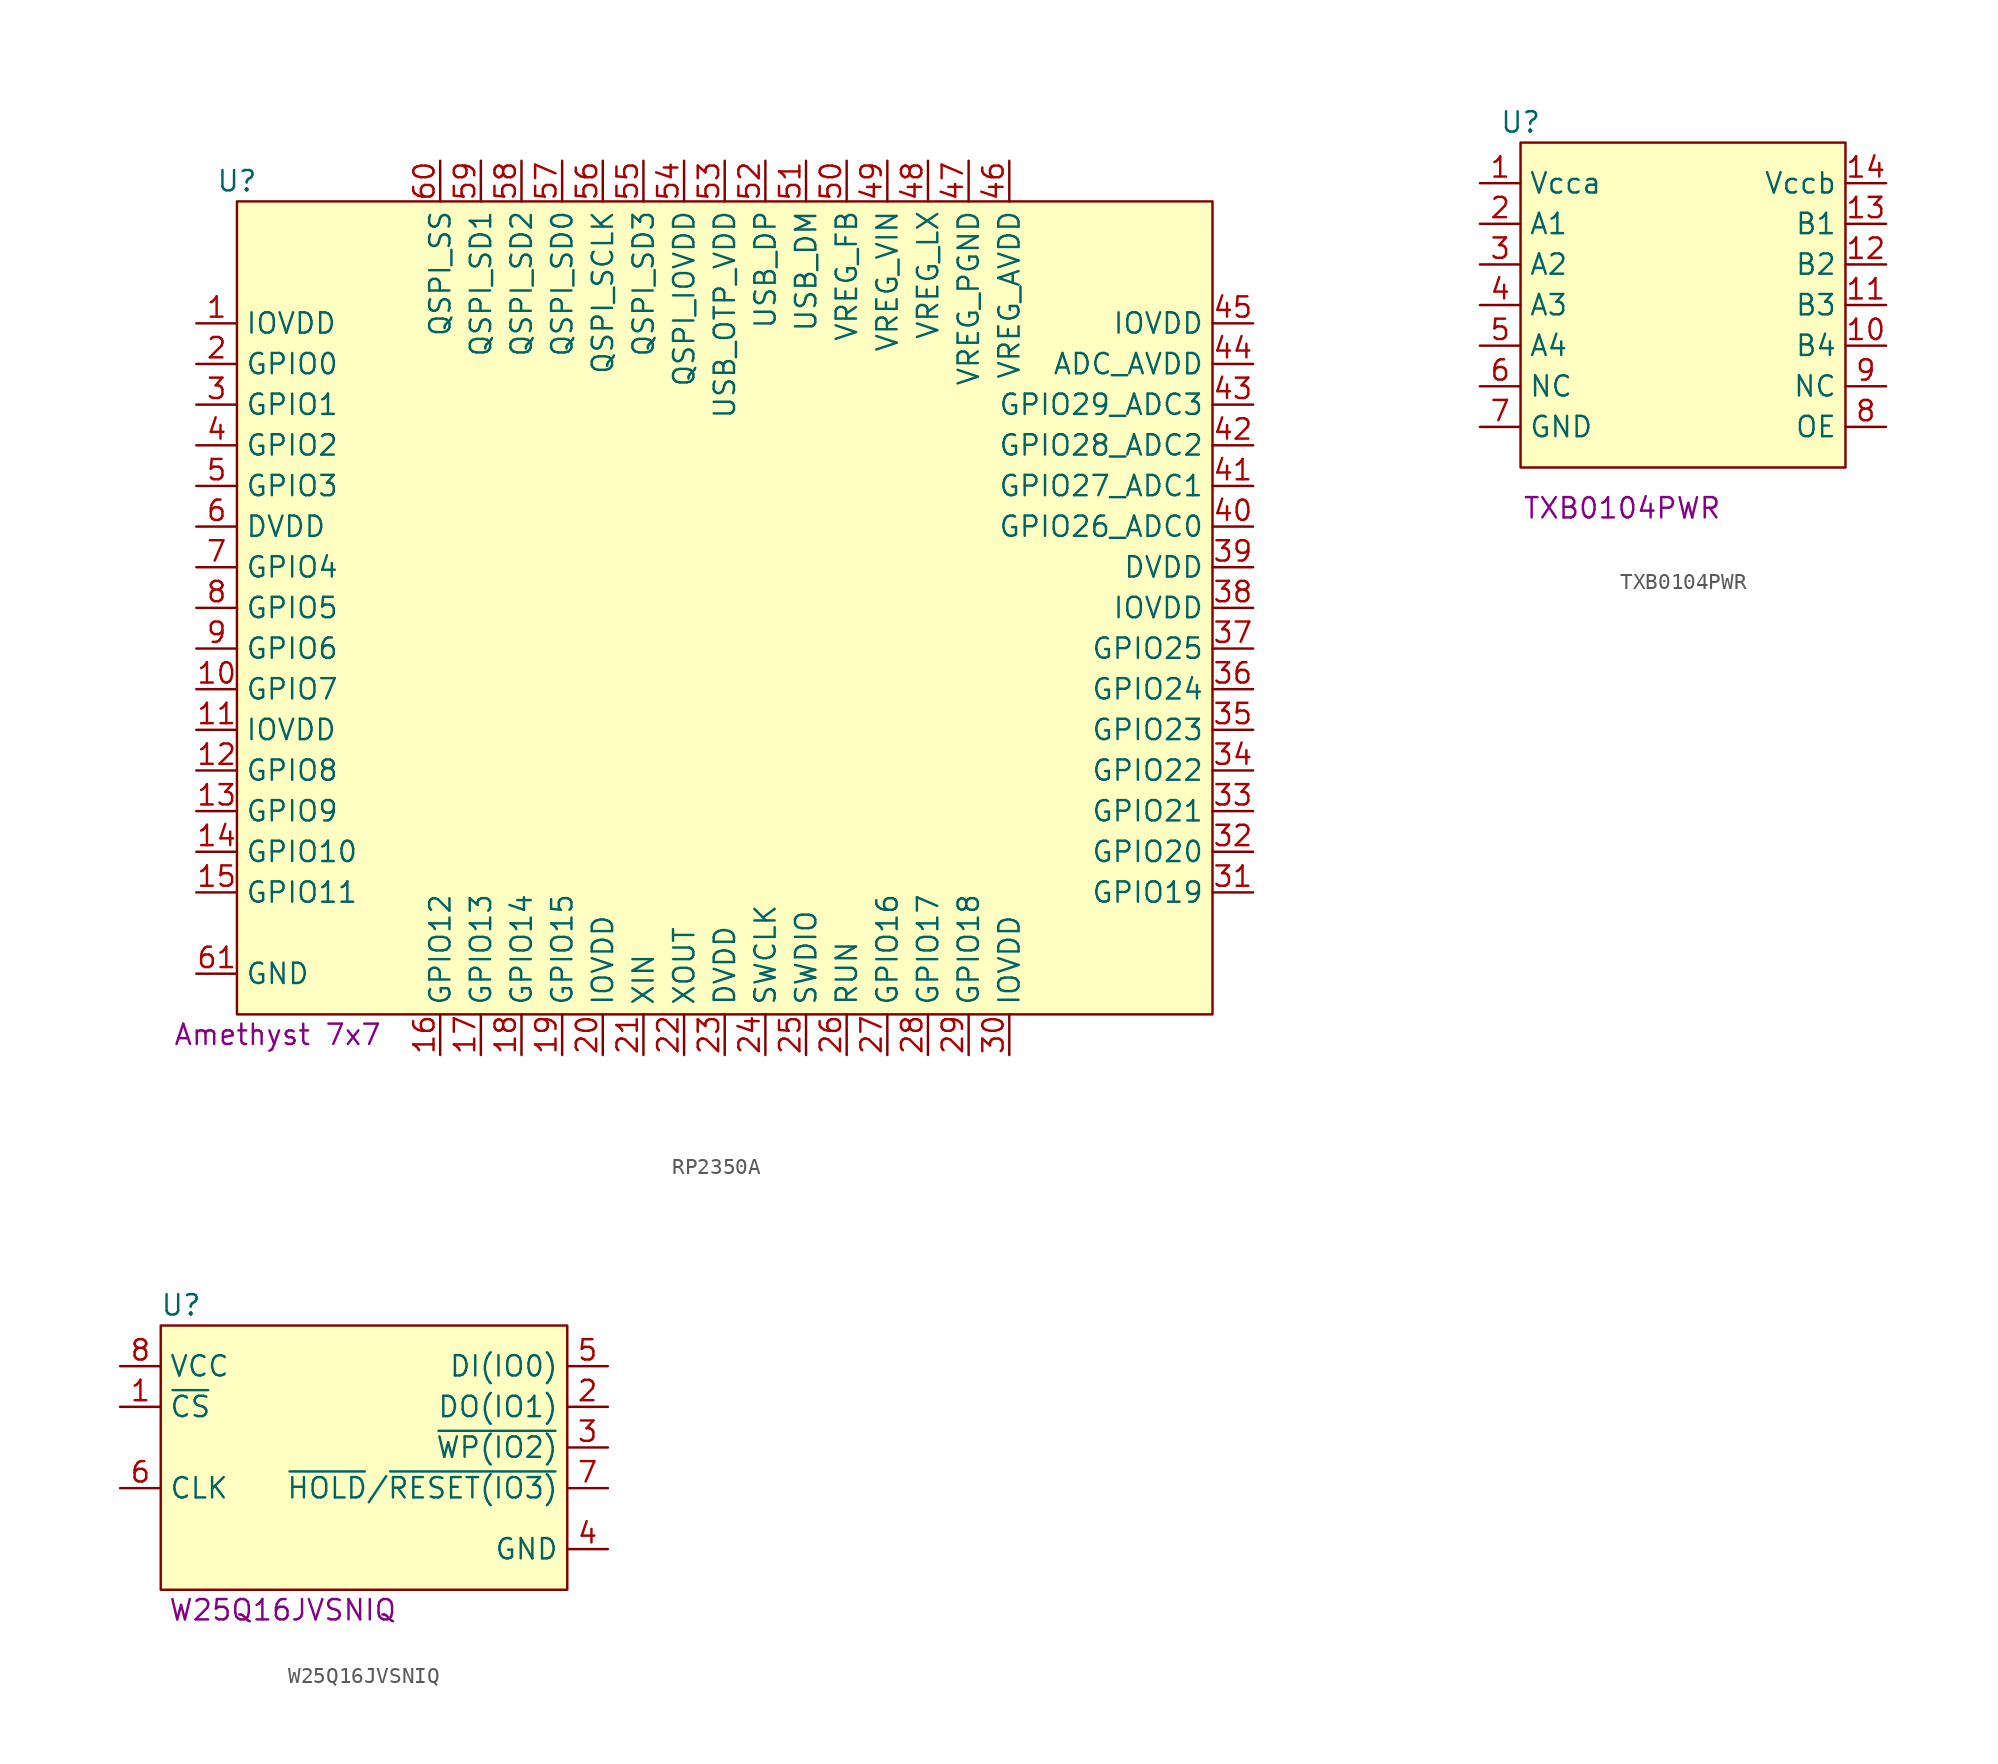
<source format=kicad_sym>
(kicad_symbol_lib
  (version 20231120)
  (generator "kicad_symbol_editor")
  (generator_version "8.0")
  (symbol "RP2350A"
    (property "Reference" "U"
      (at -30.48 26.67 0)
      (effects (font (size 1.27 1.27))))
    (property "Display Value" "Amethyst 7x7"
      (at -27.94 -26.67 0)
      (effects (font (size 1.27 1.27))))
    (symbol "RP2350A_1_1"
      (rectangle (start -30.48 25.4) (end 30.48 -25.4) (stroke (width 0) (type default)) (fill (type background)))
      (pin unspecified line (at -33.02 17.78 0) (length 2.54) (name "IOVDD" (effects (font (size 1.27 1.27)))) (number "1" (effects (font (size 1.27 1.27)))))
      (pin unspecified line (at -33.02 -5.08 0) (length 2.54) (name "GPIO7" (effects (font (size 1.27 1.27)))) (number "10" (effects (font (size 1.27 1.27)))))
      (pin unspecified line (at -33.02 -7.62 0) (length 2.54) (name "IOVDD" (effects (font (size 1.27 1.27)))) (number "11" (effects (font (size 1.27 1.27)))))
      (pin unspecified line (at -33.02 -10.16 0) (length 2.54) (name "GPIO8" (effects (font (size 1.27 1.27)))) (number "12" (effects (font (size 1.27 1.27)))))
      (pin unspecified line (at -33.02 -12.7 0) (length 2.54) (name "GPIO9" (effects (font (size 1.27 1.27)))) (number "13" (effects (font (size 1.27 1.27)))))
      (pin unspecified line (at -33.02 -15.24 0) (length 2.54) (name "GPIO10" (effects (font (size 1.27 1.27)))) (number "14" (effects (font (size 1.27 1.27)))))
      (pin unspecified line (at -33.02 -17.78 0) (length 2.54) (name "GPIO11" (effects (font (size 1.27 1.27)))) (number "15" (effects (font (size 1.27 1.27)))))
      (pin unspecified line (at -17.78 -27.94 90) (length 2.54) (name "GPIO12" (effects (font (size 1.27 1.27)))) (number "16" (effects (font (size 1.27 1.27)))))
      (pin unspecified line (at -15.24 -27.94 90) (length 2.54) (name "GPIO13" (effects (font (size 1.27 1.27)))) (number "17" (effects (font (size 1.27 1.27)))))
      (pin unspecified line (at -12.7 -27.94 90) (length 2.54) (name "GPIO14" (effects (font (size 1.27 1.27)))) (number "18" (effects (font (size 1.27 1.27)))))
      (pin unspecified line (at -10.16 -27.94 90) (length 2.54) (name "GPIO15" (effects (font (size 1.27 1.27)))) (number "19" (effects (font (size 1.27 1.27)))))
      (pin unspecified line (at -33.02 15.24 0) (length 2.54) (name "GPIO0" (effects (font (size 1.27 1.27)))) (number "2" (effects (font (size 1.27 1.27)))))
      (pin unspecified line (at -7.62 -27.94 90) (length 2.54) (name "IOVDD" (effects (font (size 1.27 1.27)))) (number "20" (effects (font (size 1.27 1.27)))))
      (pin unspecified line (at -5.08 -27.94 90) (length 2.54) (name "XIN" (effects (font (size 1.27 1.27)))) (number "21" (effects (font (size 1.27 1.27)))))
      (pin unspecified line (at -2.54 -27.94 90) (length 2.54) (name "XOUT" (effects (font (size 1.27 1.27)))) (number "22" (effects (font (size 1.27 1.27)))))
      (pin unspecified line (at 0 -27.94 90) (length 2.54) (name "DVDD" (effects (font (size 1.27 1.27)))) (number "23" (effects (font (size 1.27 1.27)))))
      (pin unspecified line (at 2.54 -27.94 90) (length 2.54) (name "SWCLK" (effects (font (size 1.27 1.27)))) (number "24" (effects (font (size 1.27 1.27)))))
      (pin unspecified line (at 5.08 -27.94 90) (length 2.54) (name "SWDIO" (effects (font (size 1.27 1.27)))) (number "25" (effects (font (size 1.27 1.27)))))
      (pin unspecified line (at 7.62 -27.94 90) (length 2.54) (name "RUN" (effects (font (size 1.27 1.27)))) (number "26" (effects (font (size 1.27 1.27)))))
      (pin unspecified line (at 10.16 -27.94 90) (length 2.54) (name "GPIO16" (effects (font (size 1.27 1.27)))) (number "27" (effects (font (size 1.27 1.27)))))
      (pin unspecified line (at 12.7 -27.94 90) (length 2.54) (name "GPIO17" (effects (font (size 1.27 1.27)))) (number "28" (effects (font (size 1.27 1.27)))))
      (pin unspecified line (at 15.24 -27.94 90) (length 2.54) (name "GPIO18" (effects (font (size 1.27 1.27)))) (number "29" (effects (font (size 1.27 1.27)))))
      (pin unspecified line (at -33.02 12.7 0) (length 2.54) (name "GPIO1" (effects (font (size 1.27 1.27)))) (number "3" (effects (font (size 1.27 1.27)))))
      (pin unspecified line (at 17.78 -27.94 90) (length 2.54) (name "IOVDD" (effects (font (size 1.27 1.27)))) (number "30" (effects (font (size 1.27 1.27)))))
      (pin unspecified line (at 33.02 -17.78 180) (length 2.54) (name "GPIO19" (effects (font (size 1.27 1.27)))) (number "31" (effects (font (size 1.27 1.27)))))
      (pin unspecified line (at 33.02 -15.24 180) (length 2.54) (name "GPIO20" (effects (font (size 1.27 1.27)))) (number "32" (effects (font (size 1.27 1.27)))))
      (pin unspecified line (at 33.02 -12.7 180) (length 2.54) (name "GPIO21" (effects (font (size 1.27 1.27)))) (number "33" (effects (font (size 1.27 1.27)))))
      (pin unspecified line (at 33.02 -10.16 180) (length 2.54) (name "GPIO22" (effects (font (size 1.27 1.27)))) (number "34" (effects (font (size 1.27 1.27)))))
      (pin unspecified line (at 33.02 -7.62 180) (length 2.54) (name "GPIO23" (effects (font (size 1.27 1.27)))) (number "35" (effects (font (size 1.27 1.27)))))
      (pin unspecified line (at 33.02 -5.08 180) (length 2.54) (name "GPIO24" (effects (font (size 1.27 1.27)))) (number "36" (effects (font (size 1.27 1.27)))))
      (pin unspecified line (at 33.02 -2.54 180) (length 2.54) (name "GPIO25" (effects (font (size 1.27 1.27)))) (number "37" (effects (font (size 1.27 1.27)))))
      (pin unspecified line (at 33.02 0 180) (length 2.54) (name "IOVDD" (effects (font (size 1.27 1.27)))) (number "38" (effects (font (size 1.27 1.27)))))
      (pin unspecified line (at 33.02 2.54 180) (length 2.54) (name "DVDD" (effects (font (size 1.27 1.27)))) (number "39" (effects (font (size 1.27 1.27)))))
      (pin unspecified line (at -33.02 10.16 0) (length 2.54) (name "GPIO2" (effects (font (size 1.27 1.27)))) (number "4" (effects (font (size 1.27 1.27)))))
      (pin unspecified line (at 33.02 5.08 180) (length 2.54) (name "GPIO26_ADC0" (effects (font (size 1.27 1.27)))) (number "40" (effects (font (size 1.27 1.27)))))
      (pin unspecified line (at 33.02 7.62 180) (length 2.54) (name "GPIO27_ADC1" (effects (font (size 1.27 1.27)))) (number "41" (effects (font (size 1.27 1.27)))))
      (pin unspecified line (at 33.02 10.16 180) (length 2.54) (name "GPIO28_ADC2" (effects (font (size 1.27 1.27)))) (number "42" (effects (font (size 1.27 1.27)))))
      (pin unspecified line (at 33.02 12.7 180) (length 2.54) (name "GPIO29_ADC3" (effects (font (size 1.27 1.27)))) (number "43" (effects (font (size 1.27 1.27)))))
      (pin unspecified line (at 33.02 15.24 180) (length 2.54) (name "ADC_AVDD" (effects (font (size 1.27 1.27)))) (number "44" (effects (font (size 1.27 1.27)))))
      (pin unspecified line (at 33.02 17.78 180) (length 2.54) (name "IOVDD" (effects (font (size 1.27 1.27)))) (number "45" (effects (font (size 1.27 1.27)))))
      (pin unspecified line (at 17.78 27.94 270) (length 2.54) (name "VREG_AVDD" (effects (font (size 1.27 1.27)))) (number "46" (effects (font (size 1.27 1.27)))))
      (pin unspecified line (at 15.24 27.94 270) (length 2.54) (name "VREG_PGND" (effects (font (size 1.27 1.27)))) (number "47" (effects (font (size 1.27 1.27)))))
      (pin unspecified line (at 12.7 27.94 270) (length 2.54) (name "VREG_LX" (effects (font (size 1.27 1.27)))) (number "48" (effects (font (size 1.27 1.27)))))
      (pin unspecified line (at 10.16 27.94 270) (length 2.54) (name "VREG_VIN" (effects (font (size 1.27 1.27)))) (number "49" (effects (font (size 1.27 1.27)))))
      (pin unspecified line (at -33.02 7.62 0) (length 2.54) (name "GPIO3" (effects (font (size 1.27 1.27)))) (number "5" (effects (font (size 1.27 1.27)))))
      (pin unspecified line (at 7.62 27.94 270) (length 2.54) (name "VREG_FB" (effects (font (size 1.27 1.27)))) (number "50" (effects (font (size 1.27 1.27)))))
      (pin unspecified line (at 5.08 27.94 270) (length 2.54) (name "USB_DM" (effects (font (size 1.27 1.27)))) (number "51" (effects (font (size 1.27 1.27)))))
      (pin unspecified line (at 2.54 27.94 270) (length 2.54) (name "USB_DP" (effects (font (size 1.27 1.27)))) (number "52" (effects (font (size 1.27 1.27)))))
      (pin unspecified line (at 0 27.94 270) (length 2.54) (name "USB_OTP_VDD" (effects (font (size 1.27 1.27)))) (number "53" (effects (font (size 1.27 1.27)))))
      (pin unspecified line (at -2.54 27.94 270) (length 2.54) (name "QSPI_IOVDD" (effects (font (size 1.27 1.27)))) (number "54" (effects (font (size 1.27 1.27)))))
      (pin unspecified line (at -5.08 27.94 270) (length 2.54) (name "QSPI_SD3" (effects (font (size 1.27 1.27)))) (number "55" (effects (font (size 1.27 1.27)))))
      (pin unspecified line (at -7.62 27.94 270) (length 2.54) (name "QSPI_SCLK" (effects (font (size 1.27 1.27)))) (number "56" (effects (font (size 1.27 1.27)))))
      (pin unspecified line (at -10.16 27.94 270) (length 2.54) (name "QSPI_SD0" (effects (font (size 1.27 1.27)))) (number "57" (effects (font (size 1.27 1.27)))))
      (pin unspecified line (at -12.7 27.94 270) (length 2.54) (name "QSPI_SD2" (effects (font (size 1.27 1.27)))) (number "58" (effects (font (size 1.27 1.27)))))
      (pin unspecified line (at -15.24 27.94 270) (length 2.54) (name "QSPI_SD1" (effects (font (size 1.27 1.27)))) (number "59" (effects (font (size 1.27 1.27)))))
      (pin unspecified line (at -33.02 5.08 0) (length 2.54) (name "DVDD" (effects (font (size 1.27 1.27)))) (number "6" (effects (font (size 1.27 1.27)))))
      (pin unspecified line (at -17.78 27.94 270) (length 2.54) (name "QSPI_SS" (effects (font (size 1.27 1.27)))) (number "60" (effects (font (size 1.27 1.27)))))
      (pin unspecified line (at -33.02 -22.86 0) (length 2.54) (name "GND" (effects (font (size 1.27 1.27)))) (number "61" (effects (font (size 1.27 1.27)))))
      (pin unspecified line (at -33.02 2.54 0) (length 2.54) (name "GPIO4" (effects (font (size 1.27 1.27)))) (number "7" (effects (font (size 1.27 1.27)))))
      (pin unspecified line (at -33.02 0 0) (length 2.54) (name "GPIO5" (effects (font (size 1.27 1.27)))) (number "8" (effects (font (size 1.27 1.27)))))
      (pin unspecified line (at -33.02 -2.54 0) (length 2.54) (name "GPIO6" (effects (font (size 1.27 1.27)))) (number "9" (effects (font (size 1.27 1.27)))))))
  (symbol "TXB0104PWR"
    (property "Reference" "U"
      (at -10.16 3.81 0)
      (effects (font (size 1.27 1.27))))
    (property "Display Value" "TXB0104PWR"
      (at -3.81 -20.32 0)
      (effects (font (size 1.27 1.27))))
    (symbol "TXB0104PWR_1_1"
      (rectangle (start -10.16 2.54) (end 10.16 -17.78) (stroke (width 0) (type default)) (fill (type background)))
      (pin unspecified line (at -12.7 0 0) (length 2.54) (name "Vcca" (effects (font (size 1.27 1.27)))) (number "1" (effects (font (size 1.27 1.27)))))
      (pin unspecified line (at 12.7 -10.16 180) (length 2.54) (name "B4" (effects (font (size 1.27 1.27)))) (number "10" (effects (font (size 1.27 1.27)))))
      (pin unspecified line (at 12.7 -7.62 180) (length 2.54) (name "B3" (effects (font (size 1.27 1.27)))) (number "11" (effects (font (size 1.27 1.27)))))
      (pin unspecified line (at 12.7 -5.08 180) (length 2.54) (name "B2" (effects (font (size 1.27 1.27)))) (number "12" (effects (font (size 1.27 1.27)))))
      (pin unspecified line (at 12.7 -2.54 180) (length 2.54) (name "B1" (effects (font (size 1.27 1.27)))) (number "13" (effects (font (size 1.27 1.27)))))
      (pin unspecified line (at 12.7 0 180) (length 2.54) (name "Vccb" (effects (font (size 1.27 1.27)))) (number "14" (effects (font (size 1.27 1.27)))))
      (pin unspecified line (at -12.7 -2.54 0) (length 2.54) (name "A1" (effects (font (size 1.27 1.27)))) (number "2" (effects (font (size 1.27 1.27)))))
      (pin unspecified line (at -12.7 -5.08 0) (length 2.54) (name "A2" (effects (font (size 1.27 1.27)))) (number "3" (effects (font (size 1.27 1.27)))))
      (pin unspecified line (at -12.7 -7.62 0) (length 2.54) (name "A3" (effects (font (size 1.27 1.27)))) (number "4" (effects (font (size 1.27 1.27)))))
      (pin unspecified line (at -12.7 -10.16 0) (length 2.54) (name "A4" (effects (font (size 1.27 1.27)))) (number "5" (effects (font (size 1.27 1.27)))))
      (pin unspecified line (at -12.7 -12.7 0) (length 2.54) (name "NC" (effects (font (size 1.27 1.27)))) (number "6" (effects (font (size 1.27 1.27)))))
      (pin unspecified line (at -12.7 -15.24 0) (length 2.54) (name "GND" (effects (font (size 1.27 1.27)))) (number "7" (effects (font (size 1.27 1.27)))))
      (pin unspecified line (at 12.7 -15.24 180) (length 2.54) (name "OE" (effects (font (size 1.27 1.27)))) (number "8" (effects (font (size 1.27 1.27)))))
      (pin unspecified line (at 12.7 -12.7 180) (length 2.54) (name "NC" (effects (font (size 1.27 1.27)))) (number "9" (effects (font (size 1.27 1.27)))))))
  (symbol "W25Q16JVSNIQ"
    (property "Reference" "U"
      (at -11.43 3.81 0)
      (effects (font (size 1.27 1.27))))
    (property "Display Value" "W25Q16JVSNIQ"
      (at -5.08 -15.24 0)
      (effects (font (size 1.27 1.27))))
    (symbol "W25Q16JVSNIQ_1_1"
      (rectangle (start -12.7 2.54) (end 12.7 -13.97) (stroke (width 0) (type default)) (fill (type background)))
      (pin unspecified line (at -15.24 -2.54 0) (length 2.54) (name "~{CS}" (effects (font (size 1.27 1.27)))) (number "1" (effects (font (size 1.27 1.27)))))
      (pin unspecified line (at 15.24 -2.54 180) (length 2.54) (name "DO(IO1)" (effects (font (size 1.27 1.27)))) (number "2" (effects (font (size 1.27 1.27)))))
      (pin unspecified line (at 15.24 -5.08 180) (length 2.54) (name "~{WP(IO2)}" (effects (font (size 1.27 1.27)))) (number "3" (effects (font (size 1.27 1.27)))))
      (pin unspecified line (at 15.24 -11.43 180) (length 2.54) (name "GND" (effects (font (size 1.27 1.27)))) (number "4" (effects (font (size 1.27 1.27)))))
      (pin unspecified line (at 15.24 0 180) (length 2.54) (name "DI(IO0)" (effects (font (size 1.27 1.27)))) (number "5" (effects (font (size 1.27 1.27)))))
      (pin unspecified line (at -15.24 -7.62 0) (length 2.54) (name "CLK" (effects (font (size 1.27 1.27)))) (number "6" (effects (font (size 1.27 1.27)))))
      (pin unspecified line (at 15.24 -7.62 180) (length 2.54) (name "~{HOLD}/~{RESET(IO3)}" (effects (font (size 1.27 1.27)))) (number "7" (effects (font (size 1.27 1.27)))))
      (pin unspecified line (at -15.24 0 0) (length 2.54) (name "VCC" (effects (font (size 1.27 1.27)))) (number "8" (effects (font (size 1.27 1.27))))))))
</source>
